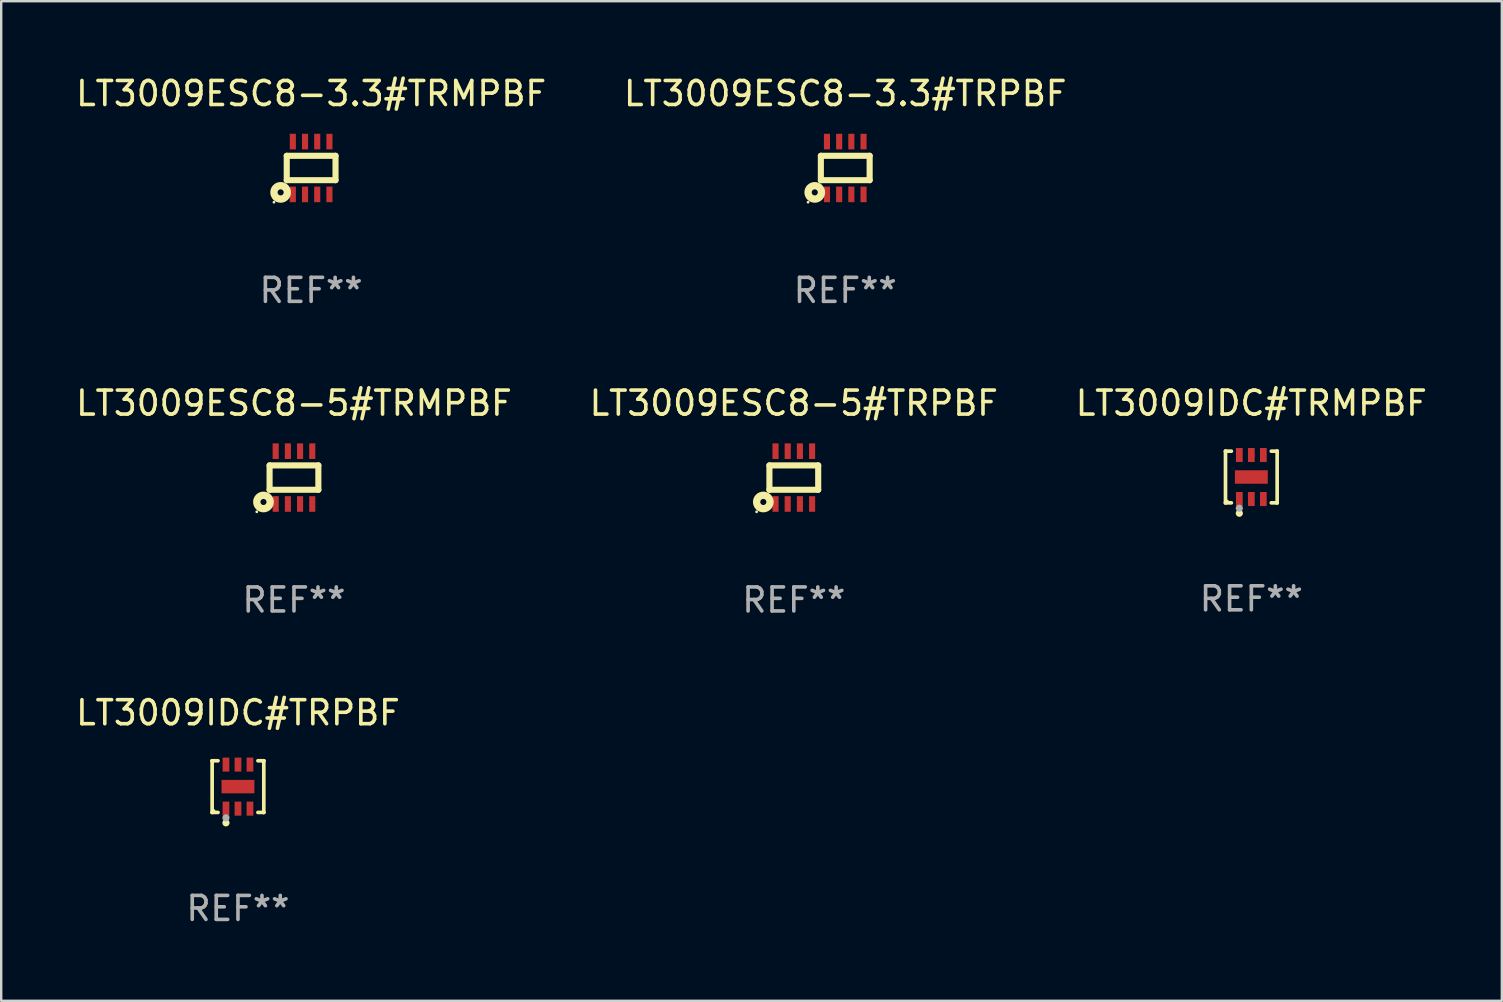
<source format=kicad_pcb>
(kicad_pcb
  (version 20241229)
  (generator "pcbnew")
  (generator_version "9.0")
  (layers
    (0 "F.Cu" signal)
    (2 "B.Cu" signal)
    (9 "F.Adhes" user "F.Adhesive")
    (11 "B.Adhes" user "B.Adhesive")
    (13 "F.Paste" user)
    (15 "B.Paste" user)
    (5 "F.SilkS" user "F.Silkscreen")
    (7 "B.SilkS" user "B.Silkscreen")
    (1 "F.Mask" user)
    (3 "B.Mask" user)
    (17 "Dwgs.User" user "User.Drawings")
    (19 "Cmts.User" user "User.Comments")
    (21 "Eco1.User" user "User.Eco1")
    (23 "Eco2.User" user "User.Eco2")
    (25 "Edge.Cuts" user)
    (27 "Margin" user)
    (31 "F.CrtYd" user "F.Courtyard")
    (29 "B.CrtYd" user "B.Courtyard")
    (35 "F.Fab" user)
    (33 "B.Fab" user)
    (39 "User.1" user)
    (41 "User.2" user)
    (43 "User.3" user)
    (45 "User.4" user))
  (footprint "LT3009ESC8-5#TRMPBF"
    (layer "F.Cu")
    (at 9.196 16.845)
    (property "Reference" "LT3009ESC8-5#TRMPBF" (at 0 -3.1 0) (layer "F.SilkS") (effects (font (size 1 1) (thickness 0.15))))
    (attr through_hole)
    (fp_line (start -1.016 -0.508) (end 1.016 -0.508) (stroke (width 0.254) (type solid)) (layer "F.SilkS"))
    (fp_line (start -1.016 0.508) (end -1.016 -0.508) (stroke (width 0.254) (type solid)) (layer "F.SilkS"))
    (fp_line (start 1.016 -0.508) (end 1.016 0.508) (stroke (width 0.254) (type solid)) (layer "F.SilkS"))
    (fp_line (start 1.016 0.508) (end -1.016 0.508) (stroke (width 0.254) (type solid)) (layer "F.SilkS"))
    (fp_circle (center -1.549 1.425) (end -1.519 1.425) (stroke (width 0.06) (type solid)) (fill no) (layer "F.SilkS"))
    (fp_circle (center -1.27 1.016) (end -1.143 1.016) (stroke (width 0.305) (type solid)) (fill no) (layer "F.SilkS"))
    (fp_text user "REF**" (at 0 5.1 0) (layer "F.Fab") (effects (font (size 1 1) (thickness 0.15))))
    (pad "1" smd rect (at -0.762 1.1 90) (size 0.65 0.254) (layers "F.Cu" "F.Mask" "F.Paste"))
    (pad "2" smd rect (at -0.254 1.1 90) (size 0.65 0.254) (layers "F.Cu" "F.Mask" "F.Paste"))
    (pad "3" smd rect (at 0.254 1.1 90) (size 0.65 0.254) (layers "F.Cu" "F.Mask" "F.Paste"))
    (pad "4" smd rect (at 0.762 1.1 90) (size 0.65 0.254) (layers "F.Cu" "F.Mask" "F.Paste"))
    (pad "5" smd rect (at 0.762 -1.1 270) (size 0.65 0.254) (layers "F.Cu" "F.Mask" "F.Paste"))
    (pad "6" smd rect (at 0.254 -1.1 270) (size 0.65 0.254) (layers "F.Cu" "F.Mask" "F.Paste"))
    (pad "7" smd rect (at -0.254 -1.1 270) (size 0.65 0.254) (layers "F.Cu" "F.Mask" "F.Paste"))
    (pad "8" smd rect (at -0.762 -1.1 270) (size 0.65 0.254) (layers "F.Cu" "F.Mask" "F.Paste")))
  (footprint "LT3009IDC#TRPBF"
    (layer "F.Cu")
    (at 6.863 29.718)
    (property "Reference" "LT3009IDC#TRPBF" (at 0 -3.076 0) (layer "F.SilkS") (effects (font (size 1 1) (thickness 0.15))))
    (attr through_hole)
    (fp_line (start -1.076 -1.076) (end -1.076 -1.076) (stroke (width 0.152) (type solid)) (layer "F.SilkS"))
    (fp_line (start -1.076 -1.076) (end -0.831 -1.076) (stroke (width 0.152) (type solid)) (layer "F.SilkS"))
    (fp_line (start -1.076 1.076) (end -1.076 -1.076) (stroke (width 0.152) (type solid)) (layer "F.SilkS"))
    (fp_line (start -1.076 1.076) (end -1.076 1.076) (stroke (width 0.152) (type solid)) (layer "F.SilkS"))
    (fp_line (start -0.831 1.076) (end -1.076 1.076) (stroke (width 0.152) (type solid)) (layer "F.SilkS"))
    (fp_line (start 0.831 1.076) (end 1.076 1.076) (stroke (width 0.152) (type solid)) (layer "F.SilkS"))
    (fp_line (start 1.076 -1.076) (end 0.831 -1.076) (stroke (width 0.152) (type solid)) (layer "F.SilkS"))
    (fp_line (start 1.076 -1.076) (end 1.076 -1.076) (stroke (width 0.152) (type solid)) (layer "F.SilkS"))
    (fp_line (start 1.076 1.076) (end 1.076 -1.076) (stroke (width 0.152) (type solid)) (layer "F.SilkS"))
    (fp_line (start 1.076 1.076) (end 1.076 1.076) (stroke (width 0.152) (type solid)) (layer "F.SilkS"))
    (fp_circle (center -1 1) (end -0.97 1) (stroke (width 0.06) (type solid)) (fill no) (layer "F.SilkS"))
    (fp_circle (center -0.5 1.51) (end -0.425 1.51) (stroke (width 0.15) (type solid)) (fill no) (layer "F.SilkS"))
    (fp_circle (center -0.5 1.3) (end -0.425 1.3) (stroke (width 0.15) (type solid)) (fill no) (layer "F.Fab"))
    (fp_text user "REF**" (at 0 5.076 0) (layer "F.Fab") (effects (font (size 1 1) (thickness 0.15))))
    (pad "1" smd rect (at -0.5 0.917) (size 0.28 0.585) (layers "F.Cu" "F.Mask" "F.Paste"))
    (pad "2" smd rect (at 0 0.917) (size 0.28 0.585) (layers "F.Cu" "F.Mask" "F.Paste"))
    (pad "3" smd rect (at 0.5 0.917) (size 0.28 0.585) (layers "F.Cu" "F.Mask" "F.Paste"))
    (pad "4" smd rect (at 0.5 -0.917) (size 0.28 0.585) (layers "F.Cu" "F.Mask" "F.Paste"))
    (pad "5" smd rect (at 0 -0.917) (size 0.28 0.585) (layers "F.Cu" "F.Mask" "F.Paste"))
    (pad "6" smd rect (at -0.5 -0.917) (size 0.28 0.585) (layers "F.Cu" "F.Mask" "F.Paste"))
    (pad "7" smd rect (at 0 0) (size 1.37 0.56) (layers "F.Cu" "F.Mask" "F.Paste")))
  (footprint "LT3009ESC8-3.3#TRPBF"
    (layer "F.Cu")
    (at 32.161 3.948)
    (property "Reference" "LT3009ESC8-3.3#TRPBF" (at 0 -3.1 0) (layer "F.SilkS") (effects (font (size 1 1) (thickness 0.15))))
    (attr through_hole)
    (fp_line (start -1.016 -0.508) (end 1.016 -0.508) (stroke (width 0.254) (type solid)) (layer "F.SilkS"))
    (fp_line (start -1.016 0.508) (end -1.016 -0.508) (stroke (width 0.254) (type solid)) (layer "F.SilkS"))
    (fp_line (start 1.016 -0.508) (end 1.016 0.508) (stroke (width 0.254) (type solid)) (layer "F.SilkS"))
    (fp_line (start 1.016 0.508) (end -1.016 0.508) (stroke (width 0.254) (type solid)) (layer "F.SilkS"))
    (fp_circle (center -1.549 1.425) (end -1.519 1.425) (stroke (width 0.06) (type solid)) (fill no) (layer "F.SilkS"))
    (fp_circle (center -1.27 1.016) (end -1.143 1.016) (stroke (width 0.305) (type solid)) (fill no) (layer "F.SilkS"))
    (fp_text user "REF**" (at 0 5.1 0) (layer "F.Fab") (effects (font (size 1 1) (thickness 0.15))))
    (pad "1" smd rect (at -0.762 1.1 90) (size 0.65 0.254) (layers "F.Cu" "F.Mask" "F.Paste"))
    (pad "2" smd rect (at -0.254 1.1 90) (size 0.65 0.254) (layers "F.Cu" "F.Mask" "F.Paste"))
    (pad "3" smd rect (at 0.254 1.1 90) (size 0.65 0.254) (layers "F.Cu" "F.Mask" "F.Paste"))
    (pad "4" smd rect (at 0.762 1.1 90) (size 0.65 0.254) (layers "F.Cu" "F.Mask" "F.Paste"))
    (pad "5" smd rect (at 0.762 -1.1 270) (size 0.65 0.254) (layers "F.Cu" "F.Mask" "F.Paste"))
    (pad "6" smd rect (at 0.254 -1.1 270) (size 0.65 0.254) (layers "F.Cu" "F.Mask" "F.Paste"))
    (pad "7" smd rect (at -0.254 -1.1 270) (size 0.65 0.254) (layers "F.Cu" "F.Mask" "F.Paste"))
    (pad "8" smd rect (at -0.762 -1.1 270) (size 0.65 0.254) (layers "F.Cu" "F.Mask" "F.Paste")))
  (footprint "LT3009ESC8-5#TRPBF"
    (layer "F.Cu")
    (at 30.018 16.845)
    (property "Reference" "LT3009ESC8-5#TRPBF" (at 0 -3.1 0) (layer "F.SilkS") (effects (font (size 1 1) (thickness 0.15))))
    (attr through_hole)
    (fp_line (start -1.016 -0.508) (end 1.016 -0.508) (stroke (width 0.254) (type solid)) (layer "F.SilkS"))
    (fp_line (start -1.016 0.508) (end -1.016 -0.508) (stroke (width 0.254) (type solid)) (layer "F.SilkS"))
    (fp_line (start 1.016 -0.508) (end 1.016 0.508) (stroke (width 0.254) (type solid)) (layer "F.SilkS"))
    (fp_line (start 1.016 0.508) (end -1.016 0.508) (stroke (width 0.254) (type solid)) (layer "F.SilkS"))
    (fp_circle (center -1.549 1.425) (end -1.519 1.425) (stroke (width 0.06) (type solid)) (fill no) (layer "F.SilkS"))
    (fp_circle (center -1.27 1.016) (end -1.143 1.016) (stroke (width 0.305) (type solid)) (fill no) (layer "F.SilkS"))
    (fp_text user "REF**" (at 0 5.1 0) (layer "F.Fab") (effects (font (size 1 1) (thickness 0.15))))
    (pad "1" smd rect (at -0.762 1.1 90) (size 0.65 0.254) (layers "F.Cu" "F.Mask" "F.Paste"))
    (pad "2" smd rect (at -0.254 1.1 90) (size 0.65 0.254) (layers "F.Cu" "F.Mask" "F.Paste"))
    (pad "3" smd rect (at 0.254 1.1 90) (size 0.65 0.254) (layers "F.Cu" "F.Mask" "F.Paste"))
    (pad "4" smd rect (at 0.762 1.1 90) (size 0.65 0.254) (layers "F.Cu" "F.Mask" "F.Paste"))
    (pad "5" smd rect (at 0.762 -1.1 270) (size 0.65 0.254) (layers "F.Cu" "F.Mask" "F.Paste"))
    (pad "6" smd rect (at 0.254 -1.1 270) (size 0.65 0.254) (layers "F.Cu" "F.Mask" "F.Paste"))
    (pad "7" smd rect (at -0.254 -1.1 270) (size 0.65 0.254) (layers "F.Cu" "F.Mask" "F.Paste"))
    (pad "8" smd rect (at -0.762 -1.1 270) (size 0.65 0.254) (layers "F.Cu" "F.Mask" "F.Paste")))
  (footprint "LT3009ESC8-3.3#TRMPBF"
    (layer "F.Cu")
    (at 9.911 3.948)
    (property "Reference" "LT3009ESC8-3.3#TRMPBF" (at 0 -3.1 0) (layer "F.SilkS") (effects (font (size 1 1) (thickness 0.15))))
    (attr through_hole)
    (fp_line (start -1.016 -0.508) (end 1.016 -0.508) (stroke (width 0.254) (type solid)) (layer "F.SilkS"))
    (fp_line (start -1.016 0.508) (end -1.016 -0.508) (stroke (width 0.254) (type solid)) (layer "F.SilkS"))
    (fp_line (start 1.016 -0.508) (end 1.016 0.508) (stroke (width 0.254) (type solid)) (layer "F.SilkS"))
    (fp_line (start 1.016 0.508) (end -1.016 0.508) (stroke (width 0.254) (type solid)) (layer "F.SilkS"))
    (fp_circle (center -1.549 1.425) (end -1.519 1.425) (stroke (width 0.06) (type solid)) (fill no) (layer "F.SilkS"))
    (fp_circle (center -1.27 1.016) (end -1.143 1.016) (stroke (width 0.305) (type solid)) (fill no) (layer "F.SilkS"))
    (fp_text user "REF**" (at 0 5.1 0) (layer "F.Fab") (effects (font (size 1 1) (thickness 0.15))))
    (pad "1" smd rect (at -0.762 1.1 90) (size 0.65 0.254) (layers "F.Cu" "F.Mask" "F.Paste"))
    (pad "2" smd rect (at -0.254 1.1 90) (size 0.65 0.254) (layers "F.Cu" "F.Mask" "F.Paste"))
    (pad "3" smd rect (at 0.254 1.1 90) (size 0.65 0.254) (layers "F.Cu" "F.Mask" "F.Paste"))
    (pad "4" smd rect (at 0.762 1.1 90) (size 0.65 0.254) (layers "F.Cu" "F.Mask" "F.Paste"))
    (pad "5" smd rect (at 0.762 -1.1 270) (size 0.65 0.254) (layers "F.Cu" "F.Mask" "F.Paste"))
    (pad "6" smd rect (at 0.254 -1.1 270) (size 0.65 0.254) (layers "F.Cu" "F.Mask" "F.Paste"))
    (pad "7" smd rect (at -0.254 -1.1 270) (size 0.65 0.254) (layers "F.Cu" "F.Mask" "F.Paste"))
    (pad "8" smd rect (at -0.762 -1.1 270) (size 0.65 0.254) (layers "F.Cu" "F.Mask" "F.Paste")))
  (footprint "LT3009IDC#TRMPBF"
    (layer "F.Cu")
    (at 49.077 16.821)
    (property "Reference" "LT3009IDC#TRMPBF" (at 0 -3.076 0) (layer "F.SilkS") (effects (font (size 1 1) (thickness 0.15))))
    (attr through_hole)
    (fp_line (start -1.076 -1.076) (end -1.076 -1.076) (stroke (width 0.152) (type solid)) (layer "F.SilkS"))
    (fp_line (start -1.076 -1.076) (end -0.831 -1.076) (stroke (width 0.152) (type solid)) (layer "F.SilkS"))
    (fp_line (start -1.076 1.076) (end -1.076 -1.076) (stroke (width 0.152) (type solid)) (layer "F.SilkS"))
    (fp_line (start -1.076 1.076) (end -1.076 1.076) (stroke (width 0.152) (type solid)) (layer "F.SilkS"))
    (fp_line (start -0.831 1.076) (end -1.076 1.076) (stroke (width 0.152) (type solid)) (layer "F.SilkS"))
    (fp_line (start 0.831 1.076) (end 1.076 1.076) (stroke (width 0.152) (type solid)) (layer "F.SilkS"))
    (fp_line (start 1.076 -1.076) (end 0.831 -1.076) (stroke (width 0.152) (type solid)) (layer "F.SilkS"))
    (fp_line (start 1.076 -1.076) (end 1.076 -1.076) (stroke (width 0.152) (type solid)) (layer "F.SilkS"))
    (fp_line (start 1.076 1.076) (end 1.076 -1.076) (stroke (width 0.152) (type solid)) (layer "F.SilkS"))
    (fp_line (start 1.076 1.076) (end 1.076 1.076) (stroke (width 0.152) (type solid)) (layer "F.SilkS"))
    (fp_circle (center -1 1) (end -0.97 1) (stroke (width 0.06) (type solid)) (fill no) (layer "F.SilkS"))
    (fp_circle (center -0.5 1.51) (end -0.425 1.51) (stroke (width 0.15) (type solid)) (fill no) (layer "F.SilkS"))
    (fp_circle (center -0.5 1.3) (end -0.425 1.3) (stroke (width 0.15) (type solid)) (fill no) (layer "F.Fab"))
    (fp_text user "REF**" (at 0 5.076 0) (layer "F.Fab") (effects (font (size 1 1) (thickness 0.15))))
    (pad "1" smd rect (at -0.5 0.917) (size 0.28 0.585) (layers "F.Cu" "F.Mask" "F.Paste"))
    (pad "2" smd rect (at 0 0.917) (size 0.28 0.585) (layers "F.Cu" "F.Mask" "F.Paste"))
    (pad "3" smd rect (at 0.5 0.917) (size 0.28 0.585) (layers "F.Cu" "F.Mask" "F.Paste"))
    (pad "4" smd rect (at 0.5 -0.917) (size 0.28 0.585) (layers "F.Cu" "F.Mask" "F.Paste"))
    (pad "5" smd rect (at 0 -0.917) (size 0.28 0.585) (layers "F.Cu" "F.Mask" "F.Paste"))
    (pad "6" smd rect (at -0.5 -0.917) (size 0.28 0.585) (layers "F.Cu" "F.Mask" "F.Paste"))
    (pad "7" smd rect (at 0 0) (size 1.37 0.56) (layers "F.Cu" "F.Mask" "F.Paste")))
  (gr_rect
    (start -3 -3)
    (end 59.512 38.642)
    (stroke (width 0.1) (type default))
    (fill no)
    (layer "Edge.Cuts")))
</source>
